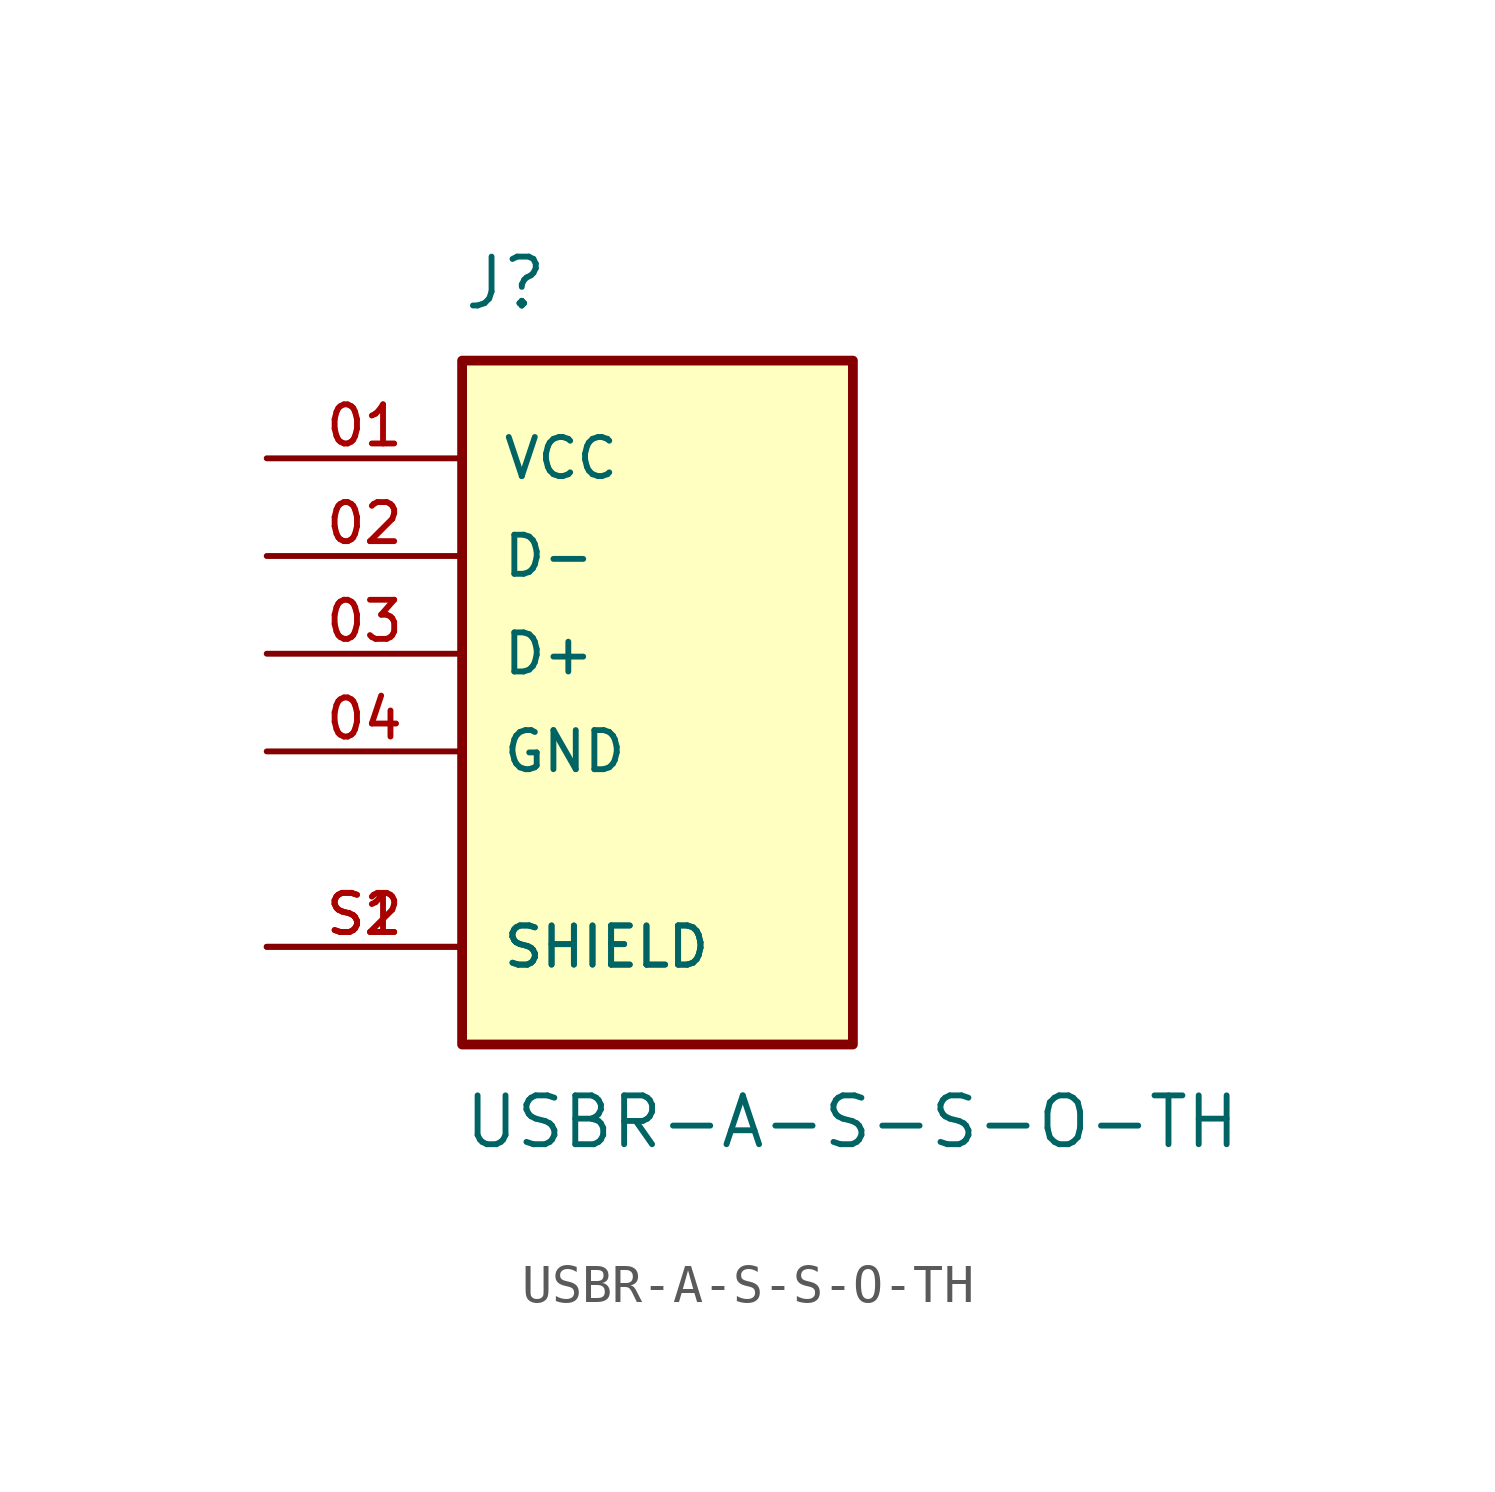
<source format=kicad_sym>
(kicad_symbol_lib
  (version 20241209)
  (generator "kicad_symbol_editor")
  (generator_version "9.0")
  (symbol "USBR-A-S-S-O-TH"
    (pin_names
      (offset 1.016))
    (property "Reference" "J"
      (at -5.08 8.89 0)
      (effects (font (size 1.27 1.27)) (justify left bottom)))
    (property "Value" "USBR-A-S-S-O-TH"
      (at -5.08 -11.43 0)
      (effects (font (size 1.27 1.27)) (justify left top)))
    (symbol "USBR-A-S-S-O-TH_0_0"
      (rectangle (start -5.08 -10.16) (end 5.08 7.62) (stroke (width 0.254) (type default)) (fill (type background)))
      (pin power_in line (at -10.16 5.08 0) (length 5.08) (name "VCC" (effects (font (size 1.016 1.016)))) (number "01" (effects (font (size 1.016 1.016)))))
      (pin bidirectional line (at -10.16 2.54 0) (length 5.08) (name "D-" (effects (font (size 1.016 1.016)))) (number "02" (effects (font (size 1.016 1.016)))))
      (pin bidirectional line (at -10.16 0 0) (length 5.08) (name "D+" (effects (font (size 1.016 1.016)))) (number "03" (effects (font (size 1.016 1.016)))))
      (pin power_in line (at -10.16 -2.54 0) (length 5.08) (name "GND" (effects (font (size 1.016 1.016)))) (number "04" (effects (font (size 1.016 1.016)))))
      (pin passive line (at -10.16 -7.62 0) (length 5.08) (name "SHIELD" (effects (font (size 1.016 1.016)))) (number "S1" (effects (font (size 1.016 1.016)))))
      (pin passive line (at -10.16 -7.62 0) (length 5.08) (name "SHIELD" (effects (font (size 1.016 1.016)))) (number "S2" (effects (font (size 1.016 1.016))))))))
</source>
